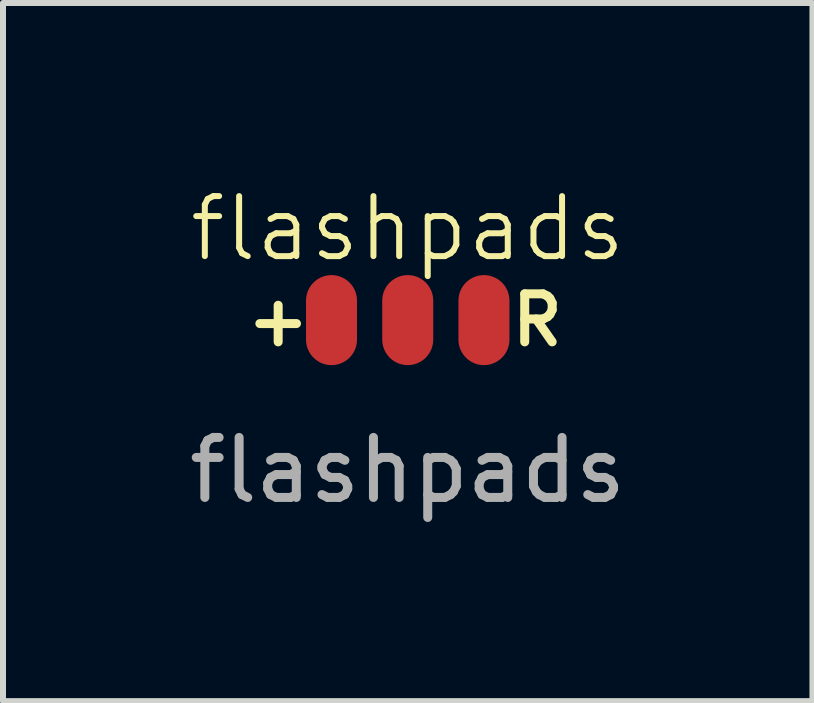
<source format=kicad_pcb>
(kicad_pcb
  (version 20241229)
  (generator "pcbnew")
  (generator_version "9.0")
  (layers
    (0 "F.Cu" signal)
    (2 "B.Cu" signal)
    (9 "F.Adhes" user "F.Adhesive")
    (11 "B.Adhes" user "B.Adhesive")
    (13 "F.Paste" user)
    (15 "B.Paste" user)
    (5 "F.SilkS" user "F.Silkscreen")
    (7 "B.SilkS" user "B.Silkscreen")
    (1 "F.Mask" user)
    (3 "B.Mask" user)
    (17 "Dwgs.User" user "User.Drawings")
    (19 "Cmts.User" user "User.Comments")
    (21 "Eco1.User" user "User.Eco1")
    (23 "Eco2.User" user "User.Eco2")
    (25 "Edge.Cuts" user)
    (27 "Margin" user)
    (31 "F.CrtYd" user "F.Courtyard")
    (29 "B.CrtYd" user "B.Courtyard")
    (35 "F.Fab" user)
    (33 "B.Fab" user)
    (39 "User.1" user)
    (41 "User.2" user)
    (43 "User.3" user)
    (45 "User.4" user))
  (footprint "flashpads"
    (layer "F.Cu")
    (at 3.744 2.284)
    (property "Reference" "flashpads" (at 0 -1.524 0) (unlocked yes) (layer "F.SilkS") (effects (font (size 1 1) (thickness 0.1))))
    (attr exclude_from_pos_files exclude_from_bom)
    (fp_text user "R" (at 2.159 0 180) (layer "F.SilkS") (effects (font (size 0.8 0.8) (thickness 0.15) (bold yes))))
    (fp_text user "+" (at -2.159 0 0) (unlocked yes) (layer "F.SilkS") (effects (font (size 0.8 0.8) (thickness 0.15) (bold yes))))
    (fp_text user "${REFERENCE}" (at 0 2.5 0) (unlocked yes) (layer "F.Fab") (effects (font (size 1 1) (thickness 0.15))))
    (pad "1" smd oval (at -1.27 0 90) (size 1.5 0.85) (layers "F.Cu" "F.Mask" "F.Paste"))
    (pad "2" smd oval (at 0 0 90) (size 1.5 0.85) (layers "F.Cu" "F.Mask" "F.Paste"))
    (pad "3" smd oval (at 1.27 0 90) (size 1.5 0.85) (layers "F.Cu" "F.Mask" "F.Paste")))
  (gr_rect
    (start -3 -3)
    (end 10.488 8.633)
    (stroke (width 0.1) (type default))
    (fill no)
    (layer "Edge.Cuts")))
</source>
